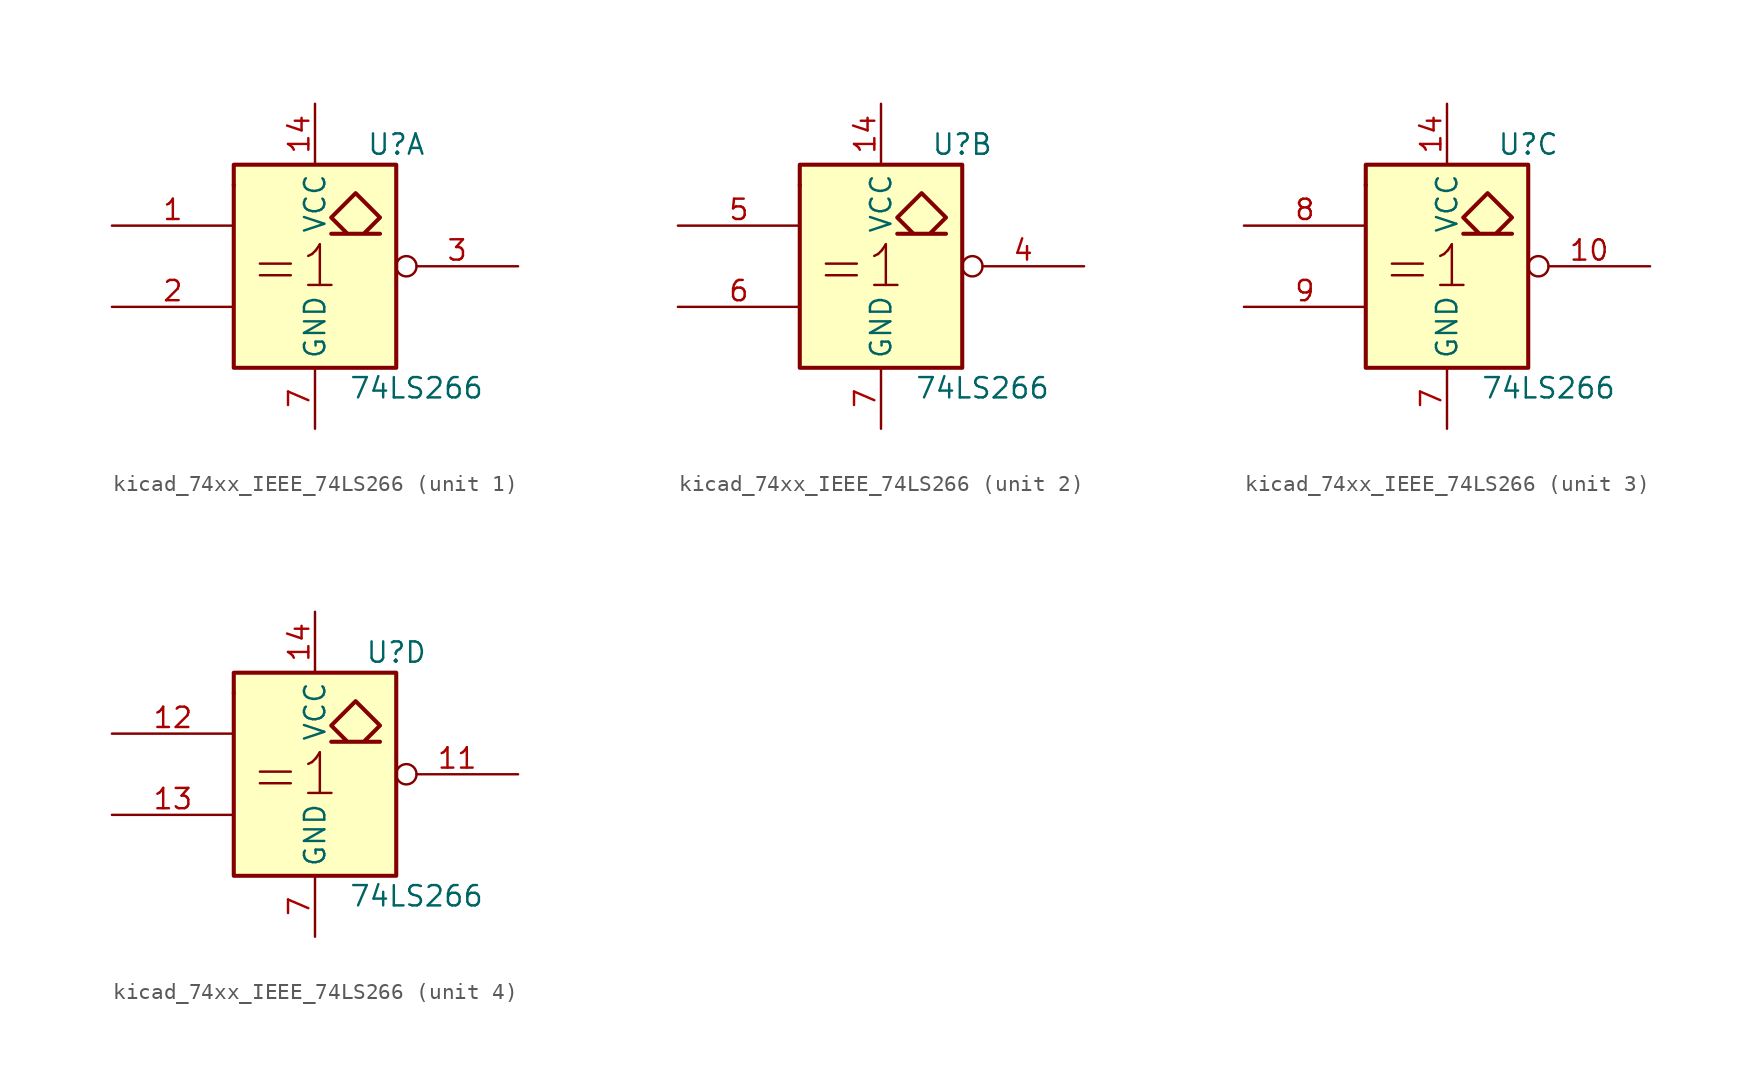
<source format=kicad_sym>
(kicad_symbol_lib
  (version 20220914)
  (generator kicad_symbol_editor)
  (symbol "kicad_74xx_IEEE_74LS266"
    (property "Reference" "U"
      (at 5.08 7.62 0)
      (effects (font (size 1.27 1.27))))
    (property "Value" "74LS266"
      (at 6.35 -7.62 0)
      (effects (font (size 1.27 1.27))))
    (symbol "kicad_74xx_IEEE_74LS266_0_0"
      (rectangle (start -5.08 5.08) (end -5.08 5.08) (stroke (width 0.254) (type default)) (fill (type background)))
      (polyline (pts (xy 3.048 2.032) (xy 4.064 3.048) (xy 2.54 4.572) (xy 1.016 3.048) (xy 2.032 2.032) (xy 1.016 2.032) (xy 4.064 2.032) (xy 4.064 2.032)) (stroke (width 0.254) (type default)) (fill (type background)))
      (text "=1" (at -1.27 0 0) (effects (font (size 2.54 2.54)))))
    (symbol "kicad_74xx_IEEE_74LS266_0_1"
      (rectangle (start -5.08 6.35) (end 5.08 -6.35) (stroke (width 0.254) (type default)) (fill (type background)))
      (pin power_in line (at 0 10.16 270) (length 3.81) (name "VCC" (effects (font (size 1.27 1.27)))) (number "14" (effects (font (size 1.27 1.27)))))
      (pin power_in line (at 0 -10.16 90) (length 3.81) (name "GND" (effects (font (size 1.27 1.27)))) (number "7" (effects (font (size 1.27 1.27))))))
    (symbol "kicad_74xx_IEEE_74LS266_1_1"
      (pin input line (at -12.7 2.54 0) (length 7.62) (name "~" (effects (font (size 1.27 1.27)))) (number "1" (effects (font (size 1.27 1.27)))))
      (pin input line (at -12.7 -2.54 0) (length 7.62) (name "~" (effects (font (size 1.27 1.27)))) (number "2" (effects (font (size 1.27 1.27)))))
      (pin output inverted (at 12.7 0 180) (length 7.62) (name "~" (effects (font (size 1.27 1.27)))) (number "3" (effects (font (size 1.27 1.27))))))
    (symbol "kicad_74xx_IEEE_74LS266_2_1"
      (pin output inverted (at 12.7 0 180) (length 7.62) (name "~" (effects (font (size 1.27 1.27)))) (number "4" (effects (font (size 1.27 1.27)))))
      (pin input line (at -12.7 2.54 0) (length 7.62) (name "~" (effects (font (size 1.27 1.27)))) (number "5" (effects (font (size 1.27 1.27)))))
      (pin input line (at -12.7 -2.54 0) (length 7.62) (name "~" (effects (font (size 1.27 1.27)))) (number "6" (effects (font (size 1.27 1.27))))))
    (symbol "kicad_74xx_IEEE_74LS266_3_1"
      (pin output inverted (at 12.7 0 180) (length 7.62) (name "~" (effects (font (size 1.27 1.27)))) (number "10" (effects (font (size 1.27 1.27)))))
      (pin input line (at -12.7 2.54 0) (length 7.62) (name "~" (effects (font (size 1.27 1.27)))) (number "8" (effects (font (size 1.27 1.27)))))
      (pin input line (at -12.7 -2.54 0) (length 7.62) (name "~" (effects (font (size 1.27 1.27)))) (number "9" (effects (font (size 1.27 1.27))))))
    (symbol "kicad_74xx_IEEE_74LS266_4_1"
      (pin output inverted (at 12.7 0 180) (length 7.62) (name "~" (effects (font (size 1.27 1.27)))) (number "11" (effects (font (size 1.27 1.27)))))
      (pin input line (at -12.7 2.54 0) (length 7.62) (name "~" (effects (font (size 1.27 1.27)))) (number "12" (effects (font (size 1.27 1.27)))))
      (pin input line (at -12.7 -2.54 0) (length 7.62) (name "~" (effects (font (size 1.27 1.27)))) (number "13" (effects (font (size 1.27 1.27))))))))
</source>
